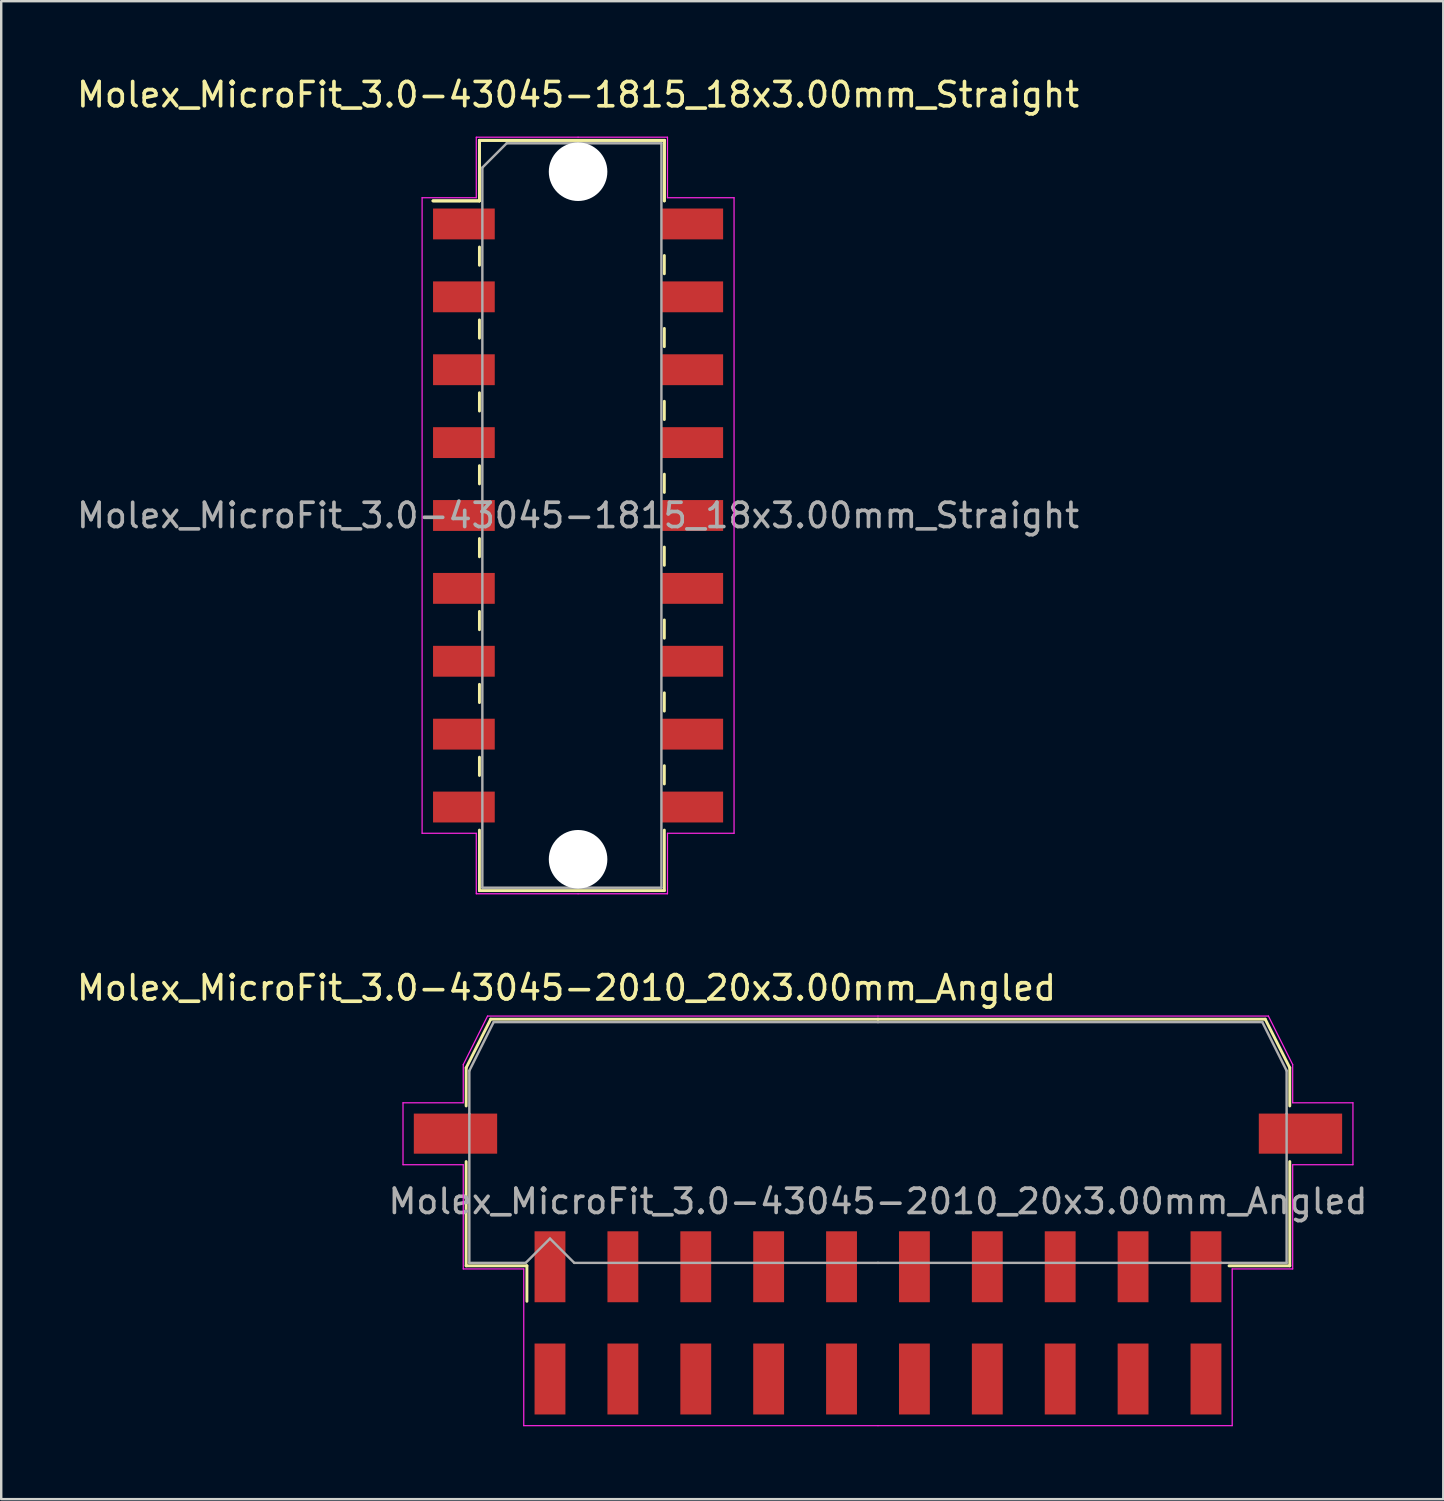
<source format=kicad_pcb>
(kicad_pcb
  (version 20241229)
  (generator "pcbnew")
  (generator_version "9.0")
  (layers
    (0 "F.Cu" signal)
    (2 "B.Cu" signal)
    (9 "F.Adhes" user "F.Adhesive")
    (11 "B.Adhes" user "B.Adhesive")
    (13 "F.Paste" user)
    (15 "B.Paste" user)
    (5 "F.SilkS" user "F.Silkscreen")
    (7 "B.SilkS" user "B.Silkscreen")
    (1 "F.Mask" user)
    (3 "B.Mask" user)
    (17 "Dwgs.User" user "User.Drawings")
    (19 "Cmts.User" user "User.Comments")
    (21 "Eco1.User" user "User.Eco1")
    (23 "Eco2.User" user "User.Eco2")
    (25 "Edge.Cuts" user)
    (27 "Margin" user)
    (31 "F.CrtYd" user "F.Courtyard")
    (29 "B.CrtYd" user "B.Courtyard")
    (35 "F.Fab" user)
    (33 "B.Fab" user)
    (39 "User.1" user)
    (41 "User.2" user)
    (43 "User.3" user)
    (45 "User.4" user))
  (footprint "Molex_MicroFit_3.0-43045-1815_18x3.00mm_Straight"
    (layer "F.Cu")
    (at 20.744 18.168)
    (property "Reference" "Molex_MicroFit_3.0-43045-1815_18x3.00mm_Straight" (at 0 -17.32 0) (layer "F.SilkS") (effects (font (size 1 1) (thickness 0.15))))
    (attr smd)
    (fp_line (start -5.97 -12.95) (end -4.06 -12.95) (stroke (width 0.12) (type solid)) (layer "F.SilkS"))
    (fp_line (start -5.97 -12.95) (end -4.06 -12.95) (stroke (width 0.12) (type solid)) (layer "F.SilkS"))
    (fp_line (start -4.06 -15.44) (end 3.55 -15.44) (stroke (width 0.12) (type solid)) (layer "F.SilkS"))
    (fp_line (start -4.06 -15.44) (end 3.55 -15.44) (stroke (width 0.12) (type solid)) (layer "F.SilkS"))
    (fp_line (start -4.06 -12.95) (end -4.06 -15.44) (stroke (width 0.12) (type solid)) (layer "F.SilkS"))
    (fp_line (start -4.06 -12.95) (end -4.06 -15.44) (stroke (width 0.12) (type solid)) (layer "F.SilkS"))
    (fp_line (start -4.06 -11.05) (end -4.06 -10.3) (stroke (width 0.12) (type solid)) (layer "F.SilkS"))
    (fp_line (start -4.06 -8.05) (end -4.06 -7.3) (stroke (width 0.12) (type solid)) (layer "F.SilkS"))
    (fp_line (start -4.06 -5.05) (end -4.06 -4.3) (stroke (width 0.12) (type solid)) (layer "F.SilkS"))
    (fp_line (start -4.06 -2.05) (end -4.06 -1.3) (stroke (width 0.12) (type solid)) (layer "F.SilkS"))
    (fp_line (start -4.06 0.95) (end -4.06 1.7) (stroke (width 0.12) (type solid)) (layer "F.SilkS"))
    (fp_line (start -4.06 3.95) (end -4.06 4.7) (stroke (width 0.12) (type solid)) (layer "F.SilkS"))
    (fp_line (start -4.06 6.95) (end -4.06 7.7) (stroke (width 0.12) (type solid)) (layer "F.SilkS"))
    (fp_line (start -4.06 9.95) (end -4.06 10.7) (stroke (width 0.12) (type solid)) (layer "F.SilkS"))
    (fp_line (start -4.06 15.44) (end -4.06 12.95) (stroke (width 0.12) (type solid)) (layer "F.SilkS"))
    (fp_line (start 3.55 -15.44) (end 3.55 -12.95) (stroke (width 0.12) (type solid)) (layer "F.SilkS"))
    (fp_line (start 3.55 -15.44) (end 3.55 -12.95) (stroke (width 0.12) (type solid)) (layer "F.SilkS"))
    (fp_line (start 3.55 -9.95) (end 3.55 -10.7) (stroke (width 0.12) (type solid)) (layer "F.SilkS"))
    (fp_line (start 3.55 -6.95) (end 3.55 -7.7) (stroke (width 0.12) (type solid)) (layer "F.SilkS"))
    (fp_line (start 3.55 -3.95) (end 3.55 -4.7) (stroke (width 0.12) (type solid)) (layer "F.SilkS"))
    (fp_line (start 3.55 -0.95) (end 3.55 -1.7) (stroke (width 0.12) (type solid)) (layer "F.SilkS"))
    (fp_line (start 3.55 2.05) (end 3.55 1.3) (stroke (width 0.12) (type solid)) (layer "F.SilkS"))
    (fp_line (start 3.55 5.05) (end 3.55 4.3) (stroke (width 0.12) (type solid)) (layer "F.SilkS"))
    (fp_line (start 3.55 8.05) (end 3.55 7.3) (stroke (width 0.12) (type solid)) (layer "F.SilkS"))
    (fp_line (start 3.55 11.05) (end 3.55 10.3) (stroke (width 0.12) (type solid)) (layer "F.SilkS"))
    (fp_line (start 3.55 12.95) (end 3.55 15.44) (stroke (width 0.12) (type solid)) (layer "F.SilkS"))
    (fp_line (start 3.55 15.44) (end -4.06 15.44) (stroke (width 0.12) (type solid)) (layer "F.SilkS"))
    (fp_line (start -6.42 -13.08) (end -4.19 -13.08) (stroke (width 0.05) (type solid)) (layer "F.CrtYd"))
    (fp_line (start -6.42 13.08) (end -6.42 -13.08) (stroke (width 0.05) (type solid)) (layer "F.CrtYd"))
    (fp_line (start -4.19 -15.57) (end 0 -15.57) (stroke (width 0.05) (type solid)) (layer "F.CrtYd"))
    (fp_line (start -4.19 -13.08) (end -4.19 -15.57) (stroke (width 0.05) (type solid)) (layer "F.CrtYd"))
    (fp_line (start -4.19 13.08) (end -6.42 13.08) (stroke (width 0.05) (type solid)) (layer "F.CrtYd"))
    (fp_line (start -4.19 15.57) (end -4.19 13.08) (stroke (width 0.05) (type solid)) (layer "F.CrtYd"))
    (fp_line (start 0 -15.57) (end 3.68 -15.57) (stroke (width 0.05) (type solid)) (layer "F.CrtYd"))
    (fp_line (start 0 15.57) (end -4.19 15.57) (stroke (width 0.05) (type solid)) (layer "F.CrtYd"))
    (fp_line (start 3.68 -15.57) (end 3.68 -13.08) (stroke (width 0.05) (type solid)) (layer "F.CrtYd"))
    (fp_line (start 3.68 -13.08) (end 6.42 -13.08) (stroke (width 0.05) (type solid)) (layer "F.CrtYd"))
    (fp_line (start 3.68 13.08) (end 3.68 15.57) (stroke (width 0.05) (type solid)) (layer "F.CrtYd"))
    (fp_line (start 3.68 15.57) (end 0 15.57) (stroke (width 0.05) (type solid)) (layer "F.CrtYd"))
    (fp_line (start 6.42 -13.08) (end 6.42 13.08) (stroke (width 0.05) (type solid)) (layer "F.CrtYd"))
    (fp_line (start 6.42 13.08) (end 3.68 13.08) (stroke (width 0.05) (type solid)) (layer "F.CrtYd"))
    (fp_line (start -3.94 -14.32) (end -2.94 -15.32) (stroke (width 0.1) (type solid)) (layer "F.Fab"))
    (fp_line (start -3.94 15.32) (end -3.94 -14.32) (stroke (width 0.1) (type solid)) (layer "F.Fab"))
    (fp_line (start -2.94 -15.32) (end 0 -15.32) (stroke (width 0.1) (type solid)) (layer "F.Fab"))
    (fp_line (start 0 -15.32) (end 3.43 -15.32) (stroke (width 0.1) (type solid)) (layer "F.Fab"))
    (fp_line (start 0 15.32) (end -3.94 15.32) (stroke (width 0.1) (type solid)) (layer "F.Fab"))
    (fp_line (start 3.43 -15.32) (end 3.43 15.32) (stroke (width 0.1) (type solid)) (layer "F.Fab"))
    (fp_line (start 3.43 15.32) (end 0 15.32) (stroke (width 0.1) (type solid)) (layer "F.Fab"))
    (fp_text user "${REFERENCE}" (at 0 0 0) (layer "F.Fab") (effects (font (size 1 1) (thickness 0.15))))
    (pad "" np_thru_hole circle (at 0 -14.15) (size 2.41 2.41) (drill 2.41) (layers "*.Cu"))
    (pad "" np_thru_hole circle (at 0 14.15) (size 2.41 2.41) (drill 2.41) (layers "*.Cu"))
    (pad "1" smd rect (at -4.7 -12) (size 2.54 1.27) (layers "F.Cu" "F.Mask" "F.Paste"))
    (pad "2" smd rect (at -4.7 -9) (size 2.54 1.27) (layers "F.Cu" "F.Mask" "F.Paste"))
    (pad "3" smd rect (at -4.7 -6) (size 2.54 1.27) (layers "F.Cu" "F.Mask" "F.Paste"))
    (pad "4" smd rect (at -4.7 -3) (size 2.54 1.27) (layers "F.Cu" "F.Mask" "F.Paste"))
    (pad "5" smd rect (at -4.7 0) (size 2.54 1.27) (layers "F.Cu" "F.Mask" "F.Paste"))
    (pad "6" smd rect (at -4.7 3) (size 2.54 1.27) (layers "F.Cu" "F.Mask" "F.Paste"))
    (pad "7" smd rect (at -4.7 6) (size 2.54 1.27) (layers "F.Cu" "F.Mask" "F.Paste"))
    (pad "8" smd rect (at -4.7 9) (size 2.54 1.27) (layers "F.Cu" "F.Mask" "F.Paste"))
    (pad "9" smd rect (at -4.7 12) (size 2.54 1.27) (layers "F.Cu" "F.Mask" "F.Paste"))
    (pad "10" smd rect (at 4.7 12) (size 2.54 1.27) (layers "F.Cu" "F.Mask" "F.Paste"))
    (pad "11" smd rect (at 4.7 9) (size 2.54 1.27) (layers "F.Cu" "F.Mask" "F.Paste"))
    (pad "12" smd rect (at 4.7 6) (size 2.54 1.27) (layers "F.Cu" "F.Mask" "F.Paste"))
    (pad "13" smd rect (at 4.7 3) (size 2.54 1.27) (layers "F.Cu" "F.Mask" "F.Paste"))
    (pad "14" smd rect (at 4.7 0) (size 2.54 1.27) (layers "F.Cu" "F.Mask" "F.Paste"))
    (pad "15" smd rect (at 4.7 -3) (size 2.54 1.27) (layers "F.Cu" "F.Mask" "F.Paste"))
    (pad "16" smd rect (at 4.7 -6) (size 2.54 1.27) (layers "F.Cu" "F.Mask" "F.Paste"))
    (pad "17" smd rect (at 4.7 -9) (size 2.54 1.27) (layers "F.Cu" "F.Mask" "F.Paste"))
    (pad "18" smd rect (at 4.7 -12) (size 2.54 1.27) (layers "F.Cu" "F.Mask" "F.Paste")))
  (footprint "Molex_MicroFit_3.0-43045-2010_20x3.00mm_Angled"
    (layer "F.Cu")
    (at 33.088 51.401)
    (property "Reference" "Molex_MicroFit_3.0-43045-2010_20x3.00mm_Angled" (at -12.82 -13.79 0) (layer "F.SilkS") (effects (font (size 1 1) (thickness 0.15))))
    (attr smd)
    (fp_line (start -16.95 -10.5) (end -16.95 -8.93) (stroke (width 0.12) (type solid)) (layer "F.SilkS"))
    (fp_line (start -16.95 -6.64) (end -16.95 -2.35) (stroke (width 0.12) (type solid)) (layer "F.SilkS"))
    (fp_line (start -16.95 -2.35) (end -14.45 -2.35) (stroke (width 0.12) (type solid)) (layer "F.SilkS"))
    (fp_line (start -15.94 -12.5) (end -16.95 -10.5) (stroke (width 0.12) (type solid)) (layer "F.SilkS"))
    (fp_line (start -14.45 -2.35) (end -14.45 -0.89) (stroke (width 0.12) (type solid)) (layer "F.SilkS"))
    (fp_line (start 0 -12.5) (end -15.94 -12.5) (stroke (width 0.12) (type solid)) (layer "F.SilkS"))
    (fp_line (start 0 -12.5) (end 15.94 -12.5) (stroke (width 0.12) (type solid)) (layer "F.SilkS"))
    (fp_line (start 15.94 -12.5) (end 16.95 -10.5) (stroke (width 0.12) (type solid)) (layer "F.SilkS"))
    (fp_line (start 16.95 -10.5) (end 16.95 -8.93) (stroke (width 0.12) (type solid)) (layer "F.SilkS"))
    (fp_line (start 16.95 -6.64) (end 16.95 -2.35) (stroke (width 0.12) (type solid)) (layer "F.SilkS"))
    (fp_line (start 16.95 -2.35) (end 14.45 -2.35) (stroke (width 0.12) (type solid)) (layer "F.SilkS"))
    (fp_line (start -19.55 -9.06) (end -19.55 -6.51) (stroke (width 0.05) (type solid)) (layer "F.CrtYd"))
    (fp_line (start -19.55 -6.51) (end -17.07 -6.51) (stroke (width 0.05) (type solid)) (layer "F.CrtYd"))
    (fp_line (start -17.07 -10.63) (end -17.07 -9.06) (stroke (width 0.05) (type solid)) (layer "F.CrtYd"))
    (fp_line (start -17.07 -9.06) (end -19.55 -9.06) (stroke (width 0.05) (type solid)) (layer "F.CrtYd"))
    (fp_line (start -17.07 -6.51) (end -17.07 -2.22) (stroke (width 0.05) (type solid)) (layer "F.CrtYd"))
    (fp_line (start -17.07 -2.22) (end -14.58 -2.22) (stroke (width 0.05) (type solid)) (layer "F.CrtYd"))
    (fp_line (start -16.07 -12.63) (end -17.07 -10.63) (stroke (width 0.05) (type solid)) (layer "F.CrtYd"))
    (fp_line (start -14.58 -2.22) (end -14.58 4.23) (stroke (width 0.05) (type solid)) (layer "F.CrtYd"))
    (fp_line (start -14.58 4.23) (end 0 4.23) (stroke (width 0.05) (type solid)) (layer "F.CrtYd"))
    (fp_line (start 0 -12.63) (end -16.07 -12.63) (stroke (width 0.05) (type solid)) (layer "F.CrtYd"))
    (fp_line (start 0 -12.63) (end 16.07 -12.63) (stroke (width 0.05) (type solid)) (layer "F.CrtYd"))
    (fp_line (start 14.58 -2.22) (end 14.58 4.23) (stroke (width 0.05) (type solid)) (layer "F.CrtYd"))
    (fp_line (start 14.58 4.23) (end 0 4.23) (stroke (width 0.05) (type solid)) (layer "F.CrtYd"))
    (fp_line (start 16.07 -12.63) (end 17.07 -10.63) (stroke (width 0.05) (type solid)) (layer "F.CrtYd"))
    (fp_line (start 17.07 -10.63) (end 17.07 -9.06) (stroke (width 0.05) (type solid)) (layer "F.CrtYd"))
    (fp_line (start 17.07 -9.06) (end 19.55 -9.06) (stroke (width 0.05) (type solid)) (layer "F.CrtYd"))
    (fp_line (start 17.07 -6.51) (end 17.07 -2.22) (stroke (width 0.05) (type solid)) (layer "F.CrtYd"))
    (fp_line (start 17.07 -2.22) (end 14.58 -2.22) (stroke (width 0.05) (type solid)) (layer "F.CrtYd"))
    (fp_line (start 19.55 -9.06) (end 19.55 -6.51) (stroke (width 0.05) (type solid)) (layer "F.CrtYd"))
    (fp_line (start 19.55 -6.51) (end 17.07 -6.51) (stroke (width 0.05) (type solid)) (layer "F.CrtYd"))
    (fp_line (start -16.82 -10.38) (end -16.82 -8.61) (stroke (width 0.1) (type solid)) (layer "F.Fab"))
    (fp_line (start -16.82 -8.61) (end -16.82 -2.47) (stroke (width 0.1) (type solid)) (layer "F.Fab"))
    (fp_line (start -16.82 -2.47) (end -14.5 -2.47) (stroke (width 0.1) (type solid)) (layer "F.Fab"))
    (fp_line (start -15.82 -12.38) (end -16.82 -10.38) (stroke (width 0.1) (type solid)) (layer "F.Fab"))
    (fp_line (start -14.5 -2.47) (end -13.5 -3.47) (stroke (width 0.1) (type solid)) (layer "F.Fab"))
    (fp_line (start -13.5 -3.47) (end -12.5 -2.47) (stroke (width 0.1) (type solid)) (layer "F.Fab"))
    (fp_line (start -12.5 -2.47) (end 0 -2.47) (stroke (width 0.1) (type solid)) (layer "F.Fab"))
    (fp_line (start 0 -12.38) (end -15.82 -12.38) (stroke (width 0.1) (type solid)) (layer "F.Fab"))
    (fp_line (start 0 -12.38) (end 15.82 -12.38) (stroke (width 0.1) (type solid)) (layer "F.Fab"))
    (fp_line (start 14.13 -2.47) (end 0 -2.47) (stroke (width 0.1) (type solid)) (layer "F.Fab"))
    (fp_line (start 15.82 -12.38) (end 16.82 -10.38) (stroke (width 0.1) (type solid)) (layer "F.Fab"))
    (fp_line (start 16.82 -10.38) (end 16.82 -8.61) (stroke (width 0.1) (type solid)) (layer "F.Fab"))
    (fp_line (start 16.82 -8.61) (end 16.82 -2.47) (stroke (width 0.1) (type solid)) (layer "F.Fab"))
    (fp_line (start 16.82 -2.47) (end 14.13 -2.47) (stroke (width 0.1) (type solid)) (layer "F.Fab"))
    (fp_text user "${REFERENCE}" (at 0 -5 0) (layer "F.Fab") (effects (font (size 1 1) (thickness 0.15))))
    (pad "" smd rect (at -17.39 -7.79) (size 3.43 1.65) (layers "F.Cu" "F.Mask" "F.Paste"))
    (pad "" smd rect (at 17.39 -7.79) (size 3.43 1.65) (layers "F.Cu" "F.Mask" "F.Paste"))
    (pad "1" smd rect (at -13.5 -2.31) (size 1.27 2.92) (layers "F.Cu" "F.Mask" "F.Paste"))
    (pad "2" smd rect (at -10.5 -2.31) (size 1.27 2.92) (layers "F.Cu" "F.Mask" "F.Paste"))
    (pad "3" smd rect (at -7.5 -2.31) (size 1.27 2.92) (layers "F.Cu" "F.Mask" "F.Paste"))
    (pad "4" smd rect (at -4.5 -2.31) (size 1.27 2.92) (layers "F.Cu" "F.Mask" "F.Paste"))
    (pad "5" smd rect (at -1.5 -2.31) (size 1.27 2.92) (layers "F.Cu" "F.Mask" "F.Paste"))
    (pad "6" smd rect (at 1.5 -2.31) (size 1.27 2.92) (layers "F.Cu" "F.Mask" "F.Paste"))
    (pad "7" smd rect (at 4.5 -2.31) (size 1.27 2.92) (layers "F.Cu" "F.Mask" "F.Paste"))
    (pad "8" smd rect (at 7.5 -2.31) (size 1.27 2.92) (layers "F.Cu" "F.Mask" "F.Paste"))
    (pad "9" smd rect (at 10.5 -2.31) (size 1.27 2.92) (layers "F.Cu" "F.Mask" "F.Paste"))
    (pad "10" smd rect (at 13.5 -2.31) (size 1.27 2.92) (layers "F.Cu" "F.Mask" "F.Paste"))
    (pad "11" smd rect (at 13.5 2.31) (size 1.27 2.92) (layers "F.Cu" "F.Mask" "F.Paste"))
    (pad "12" smd rect (at 10.5 2.31) (size 1.27 2.92) (layers "F.Cu" "F.Mask" "F.Paste"))
    (pad "13" smd rect (at 7.5 2.31) (size 1.27 2.92) (layers "F.Cu" "F.Mask" "F.Paste"))
    (pad "14" smd rect (at 4.5 2.31) (size 1.27 2.92) (layers "F.Cu" "F.Mask" "F.Paste"))
    (pad "15" smd rect (at 1.5 2.31) (size 1.27 2.92) (layers "F.Cu" "F.Mask" "F.Paste"))
    (pad "16" smd rect (at -1.5 2.31) (size 1.27 2.92) (layers "F.Cu" "F.Mask" "F.Paste"))
    (pad "17" smd rect (at -4.5 2.31) (size 1.27 2.92) (layers "F.Cu" "F.Mask" "F.Paste"))
    (pad "18" smd rect (at -7.5 2.31) (size 1.27 2.92) (layers "F.Cu" "F.Mask" "F.Paste"))
    (pad "19" smd rect (at -10.5 2.31) (size 1.27 2.92) (layers "F.Cu" "F.Mask" "F.Paste"))
    (pad "20" smd rect (at -13.5 2.31) (size 1.27 2.92) (layers "F.Cu" "F.Mask" "F.Paste")))
  (gr_rect
    (start -3 -3)
    (end 56.356 58.657)
    (stroke (width 0.1) (type default))
    (fill no)
    (layer "Edge.Cuts")))
</source>
